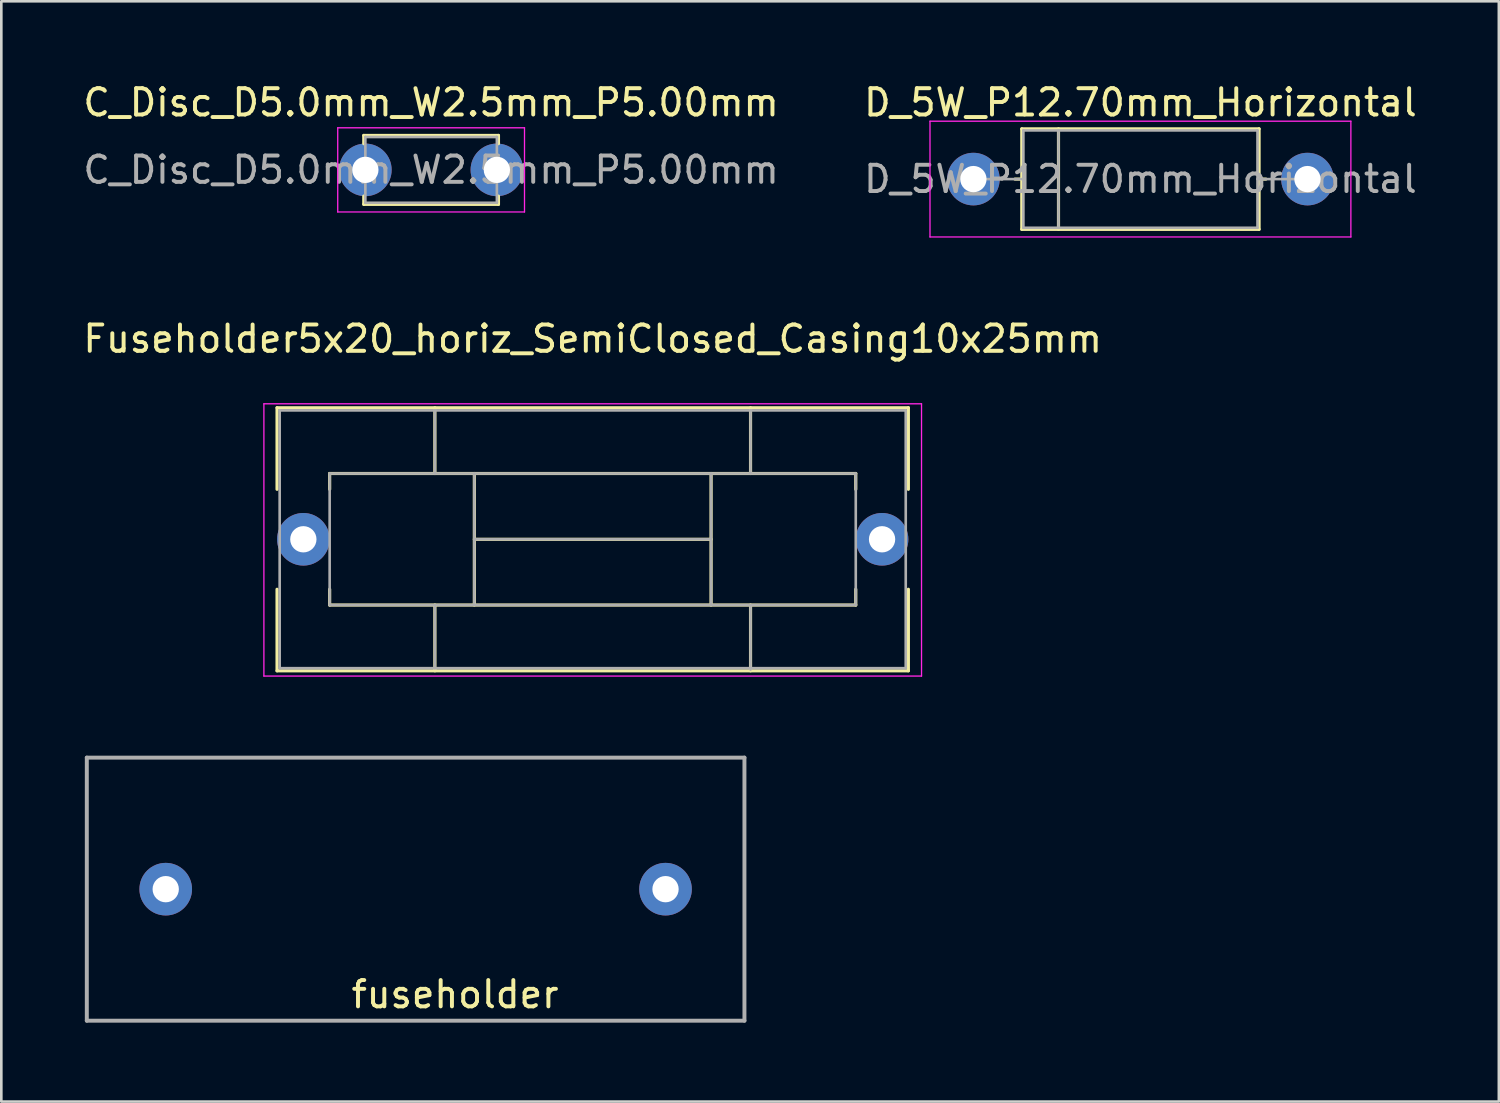
<source format=kicad_pcb>
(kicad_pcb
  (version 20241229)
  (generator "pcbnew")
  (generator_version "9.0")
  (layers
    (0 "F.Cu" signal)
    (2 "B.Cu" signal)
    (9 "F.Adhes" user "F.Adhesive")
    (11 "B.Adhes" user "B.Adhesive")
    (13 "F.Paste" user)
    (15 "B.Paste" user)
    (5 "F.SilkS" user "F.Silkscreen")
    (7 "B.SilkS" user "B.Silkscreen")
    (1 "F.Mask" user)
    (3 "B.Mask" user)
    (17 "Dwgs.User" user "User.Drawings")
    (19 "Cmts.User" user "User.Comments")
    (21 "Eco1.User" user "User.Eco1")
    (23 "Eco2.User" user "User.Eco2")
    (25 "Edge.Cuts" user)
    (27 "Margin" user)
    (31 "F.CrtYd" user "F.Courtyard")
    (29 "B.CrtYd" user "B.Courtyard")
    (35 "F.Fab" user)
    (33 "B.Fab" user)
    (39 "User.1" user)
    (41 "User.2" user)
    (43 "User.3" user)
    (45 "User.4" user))
  (footprint "Fuseholder5x20_horiz_SemiClosed_Casing10x25mm"
    (layer "F.Cu")
    (at 8.482 17.451)
    (property "Reference" "Fuseholder5x20_horiz_SemiClosed_Casing10x25mm" (at 11 -7.62 0) (layer "F.SilkS") (effects (font (size 1 1) (thickness 0.15))))
    (attr through_hole)
    (fp_line (start -1 -5) (end -1 -1.9) (stroke (width 0.12) (type solid)) (layer "F.SilkS"))
    (fp_line (start -1 1.9) (end -1 5) (stroke (width 0.12) (type solid)) (layer "F.SilkS"))
    (fp_line (start -1 5) (end 23 5) (stroke (width 0.12) (type solid)) (layer "F.SilkS"))
    (fp_line (start 1 -2.5) (end 1 -1.9) (stroke (width 0.12) (type solid)) (layer "F.SilkS"))
    (fp_line (start 1 1.9) (end 1 2.5) (stroke (width 0.12) (type solid)) (layer "F.SilkS"))
    (fp_line (start 1 2.5) (end 21 2.5) (stroke (width 0.12) (type solid)) (layer "F.SilkS"))
    (fp_line (start 5 -2.5) (end 5 -5) (stroke (width 0.12) (type solid)) (layer "F.SilkS"))
    (fp_line (start 5 5) (end 5 2.5) (stroke (width 0.12) (type solid)) (layer "F.SilkS"))
    (fp_line (start 6.5 -2.5) (end 6.5 2.5) (stroke (width 0.12) (type solid)) (layer "F.SilkS"))
    (fp_line (start 6.5 0) (end 15.5 0) (stroke (width 0.12) (type solid)) (layer "F.SilkS"))
    (fp_line (start 15.5 -2.5) (end 15.5 2.5) (stroke (width 0.12) (type solid)) (layer "F.SilkS"))
    (fp_line (start 17 -5) (end 17 -2.5) (stroke (width 0.12) (type solid)) (layer "F.SilkS"))
    (fp_line (start 17 5) (end 17 2.5) (stroke (width 0.12) (type solid)) (layer "F.SilkS"))
    (fp_line (start 21 -2.5) (end 1 -2.5) (stroke (width 0.12) (type solid)) (layer "F.SilkS"))
    (fp_line (start 21 -1.9) (end 21 -2.5) (stroke (width 0.12) (type solid)) (layer "F.SilkS"))
    (fp_line (start 21 2.5) (end 21 1.9) (stroke (width 0.12) (type solid)) (layer "F.SilkS"))
    (fp_line (start 23 -5) (end -1 -5) (stroke (width 0.12) (type solid)) (layer "F.SilkS"))
    (fp_line (start 23 -1.9) (end 23 -5) (stroke (width 0.12) (type solid)) (layer "F.SilkS"))
    (fp_line (start 23 5) (end 23 1.9) (stroke (width 0.12) (type solid)) (layer "F.SilkS"))
    (fp_line (start -1.5 -5.15) (end -1.5 5.2) (stroke (width 0.05) (type solid)) (layer "F.CrtYd"))
    (fp_line (start -1.5 -5.15) (end 23.5 -5.15) (stroke (width 0.05) (type solid)) (layer "F.CrtYd"))
    (fp_line (start 23.5 5.2) (end -1.5 5.2) (stroke (width 0.05) (type solid)) (layer "F.CrtYd"))
    (fp_line (start 23.5 5.2) (end 23.5 -5.15) (stroke (width 0.05) (type solid)) (layer "F.CrtYd"))
    (fp_line (start -0.9 -4.9) (end -0.9 4.9) (stroke (width 0.1) (type solid)) (layer "F.Fab"))
    (fp_line (start -0.9 4.9) (end 22.9 4.9) (stroke (width 0.1) (type solid)) (layer "F.Fab"))
    (fp_line (start 1 -2.5) (end 1 2.5) (stroke (width 0.1) (type solid)) (layer "F.Fab"))
    (fp_line (start 1 2.5) (end 21 2.5) (stroke (width 0.1) (type solid)) (layer "F.Fab"))
    (fp_line (start 5 -4.9) (end 5 -2.5) (stroke (width 0.1) (type solid)) (layer "F.Fab"))
    (fp_line (start 5 2.5) (end 5 4.9) (stroke (width 0.1) (type solid)) (layer "F.Fab"))
    (fp_line (start 6.5 -2.5) (end 6.5 2.5) (stroke (width 0.1) (type solid)) (layer "F.Fab"))
    (fp_line (start 6.5 0) (end 15.5 0) (stroke (width 0.1) (type solid)) (layer "F.Fab"))
    (fp_line (start 15.5 -2.5) (end 15.5 2.5) (stroke (width 0.1) (type solid)) (layer "F.Fab"))
    (fp_line (start 17 -2.5) (end 17 -4.9) (stroke (width 0.1) (type solid)) (layer "F.Fab"))
    (fp_line (start 17 2.5) (end 17 4.95) (stroke (width 0.1) (type solid)) (layer "F.Fab"))
    (fp_line (start 21 -2.5) (end 1 -2.5) (stroke (width 0.1) (type solid)) (layer "F.Fab"))
    (fp_line (start 21 2.5) (end 21 -2.5) (stroke (width 0.1) (type solid)) (layer "F.Fab"))
    (fp_line (start 22.9 -4.9) (end -0.9 -4.9) (stroke (width 0.1) (type solid)) (layer "F.Fab"))
    (fp_line (start 22.9 4.9) (end 22.9 -4.9) (stroke (width 0.1) (type solid)) (layer "F.Fab"))
    (pad "1" thru_hole circle (at 0 0 270) (size 2 2) (drill 1) (layers "*.Cu" "*.Mask"))
    (pad "2" thru_hole circle (at 22 0 270) (size 2 2) (drill 1) (layers "*.Cu" "*.Mask")))
  (footprint "fuseholder"
    (layer "F.Cu")
    (at 0.25 30.752)
    (property "Reference" "fuseholder" (at 14 4 0) (layer "F.SilkS") (effects (font (size 1 1) (thickness 0.15))))
    (attr through_hole)
    (fp_line (start 0 -5) (end 0 5) (stroke (width 0.15) (type solid)) (layer "F.Fab"))
    (fp_line (start 0 -5) (end 25 -5) (stroke (width 0.15) (type solid)) (layer "F.Fab"))
    (fp_line (start 0 5) (end 25 5) (stroke (width 0.15) (type solid)) (layer "F.Fab"))
    (fp_line (start 25 5) (end 25 -5) (stroke (width 0.15) (type solid)) (layer "F.Fab"))
    (pad "1" thru_hole circle (at 3 0) (size 2 2) (drill 1) (layers "*.Cu" "*.Mask"))
    (pad "2" thru_hole circle (at 22 0) (size 2 2) (drill 1) (layers "*.Cu" "*.Mask")))
  (footprint "C_Disc_D5.0mm_W2.5mm_P5.00mm"
    (layer "F.Cu")
    (at 10.839 3.408)
    (property "Reference" "C_Disc_D5.0mm_W2.5mm_P5.00mm" (at 2.5 -2.56 0) (layer "F.SilkS") (effects (font (size 1 1) (thickness 0.15))))
    (attr through_hole)
    (fp_line (start -0.06 -1.31) (end -0.06 -0.996) (stroke (width 0.12) (type solid)) (layer "F.SilkS"))
    (fp_line (start -0.06 -1.31) (end 5.06 -1.31) (stroke (width 0.12) (type solid)) (layer "F.SilkS"))
    (fp_line (start -0.06 0.996) (end -0.06 1.31) (stroke (width 0.12) (type solid)) (layer "F.SilkS"))
    (fp_line (start -0.06 1.31) (end 5.06 1.31) (stroke (width 0.12) (type solid)) (layer "F.SilkS"))
    (fp_line (start 5.06 -1.31) (end 5.06 -0.996) (stroke (width 0.12) (type solid)) (layer "F.SilkS"))
    (fp_line (start 5.06 0.996) (end 5.06 1.31) (stroke (width 0.12) (type solid)) (layer "F.SilkS"))
    (fp_line (start -1.05 -1.6) (end -1.05 1.6) (stroke (width 0.05) (type solid)) (layer "F.CrtYd"))
    (fp_line (start -1.05 1.6) (end 6.05 1.6) (stroke (width 0.05) (type solid)) (layer "F.CrtYd"))
    (fp_line (start 6.05 -1.6) (end -1.05 -1.6) (stroke (width 0.05) (type solid)) (layer "F.CrtYd"))
    (fp_line (start 6.05 1.6) (end 6.05 -1.6) (stroke (width 0.05) (type solid)) (layer "F.CrtYd"))
    (fp_line (start 0 -1.25) (end 0 1.25) (stroke (width 0.1) (type solid)) (layer "F.Fab"))
    (fp_line (start 0 1.25) (end 5 1.25) (stroke (width 0.1) (type solid)) (layer "F.Fab"))
    (fp_line (start 5 -1.25) (end 0 -1.25) (stroke (width 0.1) (type solid)) (layer "F.Fab"))
    (fp_line (start 5 1.25) (end 5 -1.25) (stroke (width 0.1) (type solid)) (layer "F.Fab"))
    (fp_text user "${REFERENCE}" (at 2.5 0 0) (layer "F.Fab") (effects (font (size 1 1) (thickness 0.15))))
    (pad "1" thru_hole circle (at 0 0) (size 2 2) (drill 1) (layers "*.Cu" "*.Mask"))
    (pad "2" thru_hole circle (at 5 0) (size 2 2) (drill 1) (layers "*.Cu" "*.Mask")))
  (footprint "D_5W_P12.70mm_Horizontal"
    (layer "F.Cu")
    (at 33.954 3.758)
    (property "Reference" "D_5W_P12.70mm_Horizontal" (at 6.35 -2.91 0) (layer "F.SilkS") (effects (font (size 1 1) (thickness 0.15))))
    (attr through_hole)
    (fp_line (start 1.58 0) (end 1.84 0) (stroke (width 0.12) (type solid)) (layer "F.SilkS"))
    (fp_line (start 1.84 -1.91) (end 1.84 1.91) (stroke (width 0.12) (type solid)) (layer "F.SilkS"))
    (fp_line (start 1.84 1.91) (end 10.86 1.91) (stroke (width 0.12) (type solid)) (layer "F.SilkS"))
    (fp_line (start 3.235 -1.91) (end 3.235 1.91) (stroke (width 0.12) (type solid)) (layer "F.SilkS"))
    (fp_line (start 10.86 -1.91) (end 1.84 -1.91) (stroke (width 0.12) (type solid)) (layer "F.SilkS"))
    (fp_line (start 10.86 1.91) (end 10.86 -1.91) (stroke (width 0.12) (type solid)) (layer "F.SilkS"))
    (fp_line (start 11.12 0) (end 10.86 0) (stroke (width 0.12) (type solid)) (layer "F.SilkS"))
    (fp_line (start -1.65 -2.2) (end -1.65 2.2) (stroke (width 0.05) (type solid)) (layer "F.CrtYd"))
    (fp_line (start -1.65 2.2) (end 14.35 2.2) (stroke (width 0.05) (type solid)) (layer "F.CrtYd"))
    (fp_line (start 14.35 -2.2) (end -1.65 -2.2) (stroke (width 0.05) (type solid)) (layer "F.CrtYd"))
    (fp_line (start 14.35 2.2) (end 14.35 -2.2) (stroke (width 0.05) (type solid)) (layer "F.CrtYd"))
    (fp_line (start 0 0) (end 1.9 0) (stroke (width 0.1) (type solid)) (layer "F.Fab"))
    (fp_line (start 1.9 -1.85) (end 1.9 1.85) (stroke (width 0.1) (type solid)) (layer "F.Fab"))
    (fp_line (start 1.9 1.85) (end 10.8 1.85) (stroke (width 0.1) (type solid)) (layer "F.Fab"))
    (fp_line (start 3.235 -1.85) (end 3.235 1.85) (stroke (width 0.1) (type solid)) (layer "F.Fab"))
    (fp_line (start 10.8 -1.85) (end 1.9 -1.85) (stroke (width 0.1) (type solid)) (layer "F.Fab"))
    (fp_line (start 10.8 1.85) (end 10.8 -1.85) (stroke (width 0.1) (type solid)) (layer "F.Fab"))
    (fp_line (start 12.7 0) (end 10.8 0) (stroke (width 0.1) (type solid)) (layer "F.Fab"))
    (fp_text user "${REFERENCE}" (at 6.35 0 0) (layer "F.Fab") (effects (font (size 1 1) (thickness 0.15))))
    (pad "1" thru_hole circle (at 0 0) (size 2 2) (drill 1) (layers "*.Cu" "*.Mask"))
    (pad "2" thru_hole circle (at 12.7 0) (size 2 2) (drill 1) (layers "*.Cu" "*.Mask")))
  (gr_rect
    (start -3 -3)
    (end 53.929 38.827)
    (stroke (width 0.1) (type default))
    (fill no)
    (layer "Edge.Cuts")))
</source>
